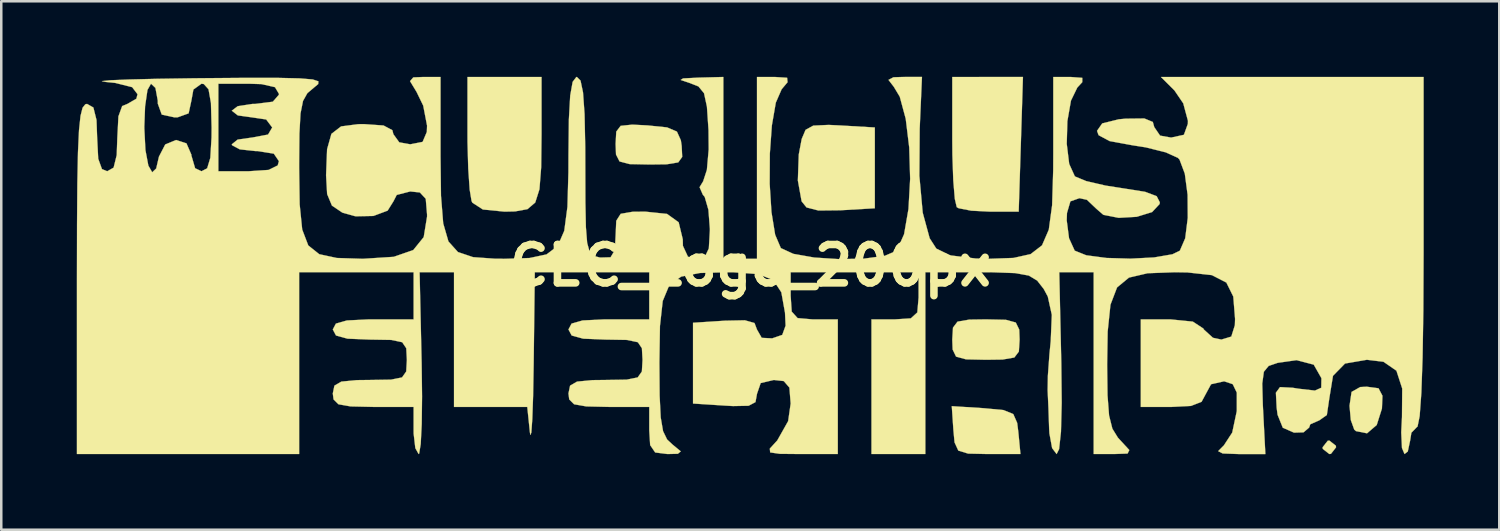
<source format=kicad_pcb>
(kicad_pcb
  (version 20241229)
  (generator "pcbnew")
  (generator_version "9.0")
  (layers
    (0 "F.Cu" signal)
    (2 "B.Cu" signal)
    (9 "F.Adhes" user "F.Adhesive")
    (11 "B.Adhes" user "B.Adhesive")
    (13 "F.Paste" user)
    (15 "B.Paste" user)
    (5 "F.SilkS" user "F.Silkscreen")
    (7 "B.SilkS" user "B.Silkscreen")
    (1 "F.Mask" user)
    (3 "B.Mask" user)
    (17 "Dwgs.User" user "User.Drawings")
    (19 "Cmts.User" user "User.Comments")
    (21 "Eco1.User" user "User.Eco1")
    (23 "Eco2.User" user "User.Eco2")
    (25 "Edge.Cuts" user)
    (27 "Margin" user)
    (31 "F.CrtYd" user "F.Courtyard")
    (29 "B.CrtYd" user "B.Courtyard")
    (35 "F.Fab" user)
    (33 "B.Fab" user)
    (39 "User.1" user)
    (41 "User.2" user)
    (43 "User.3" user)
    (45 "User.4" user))
  (footprint "CEC_Logo_200px"
    (layer "F.Cu")
    (at 26.742 7.493)
    (property "Reference" "CEC_Logo_200px" (at 0 0 0) (layer "F.SilkS") (effects (font (size 1.524 1.524) (thickness 0.3))))
    (attr through_hole)
    (fp_poly (pts (xy 23.253 7.155) (xy 23.261 7.219) (xy 23.058 7.479) (xy 22.994 7.486) (xy 22.734 7.283) (xy 22.726 7.219) (xy 22.93 6.959) (xy 22.994 6.952) (xy 23.253 7.155)) (stroke (width 0.01) (type solid)) (fill yes) (layer "F.SilkS"))
    (fp_poly (pts (xy 9.282 5.667) (xy 10.055 5.74) (xy 10.444 5.899) (xy 10.599 6.251) (xy 10.645 6.617) (xy 10.729 7.486) (xy 9.429 7.486) (xy 8.652 7.469) (xy 8.261 7.349) (xy 8.112 7.024) (xy 8.066 6.535) (xy 8.002 5.585) (xy 9.282 5.667)) (stroke (width 0.01) (type solid)) (fill yes) (layer "F.SilkS"))
    (fp_poly (pts (xy 24.947 4.875) (xy 25.103 5.172) (xy 25.083 5.679) (xy 24.876 6.333) (xy 24.491 6.663) (xy 24.052 6.576) (xy 23.983 6.515) (xy 23.846 6.134) (xy 23.796 5.57) (xy 23.877 5.019) (xy 24.22 4.826) (xy 24.481 4.813) (xy 24.947 4.875)) (stroke (width 0.01) (type solid)) (fill yes) (layer "F.SilkS"))
    (fp_poly (pts (xy 3.577 -5.561) (xy 4.946 -5.481) (xy 4.946 -2.273) (xy 3.576 -2.193) (xy 2.708 -2.184) (xy 2.234 -2.306) (xy 2.039 -2.549) (xy 1.89 -3.377) (xy 1.926 -4.408) (xy 2.043 -5.026) (xy 2.196 -5.387) (xy 2.502 -5.555) (xy 3.112 -5.583) (xy 3.577 -5.561)) (stroke (width 0.01) (type solid)) (fill yes) (layer "F.SilkS"))
    (fp_poly (pts (xy 10.744 -4.813) (xy 10.659 -2.139) (xy 9.518 -2.139) (xy 8.774 -2.177) (xy 8.277 -2.274) (xy 8.199 -2.317) (xy 8.122 -2.647) (xy 8.061 -3.382) (xy 8.026 -4.395) (xy 8.021 -4.991) (xy 8.021 -7.486) (xy 9.425 -7.487) (xy 10.828 -7.487) (xy 10.744 -4.813)) (stroke (width 0.01) (type solid)) (fill yes) (layer "F.SilkS"))
    (fp_poly (pts (xy -8.288 -5.236) (xy -8.302 -3.91) (xy -8.371 -3.029) (xy -8.538 -2.502) (xy -8.847 -2.238) (xy -9.34 -2.148) (xy -9.759 -2.139) (xy -10.617 -2.224) (xy -11.034 -2.494) (xy -11.067 -2.562) (xy -11.142 -3.015) (xy -11.199 -3.846) (xy -11.228 -4.899) (xy -11.229 -5.236) (xy -11.229 -7.486) (xy -8.288 -7.486) (xy -8.288 -5.236)) (stroke (width 0.01) (type solid)) (fill yes) (layer "F.SilkS"))
    (fp_poly (pts (xy -4.077 -5.563) (xy -3.303 -5.484) (xy -2.912 -5.317) (xy -2.756 -4.972) (xy -2.723 -4.746) (xy -2.703 -4.313) (xy -2.859 -4.095) (xy -3.319 -4.019) (xy -3.993 -4.011) (xy -4.791 -4.027) (xy -5.191 -4.132) (xy -5.331 -4.407) (xy -5.347 -4.827) (xy -5.321 -5.317) (xy -5.147 -5.546) (xy -4.685 -5.594) (xy -4.077 -5.563)) (stroke (width 0.01) (type solid)) (fill yes) (layer "F.SilkS"))
    (fp_poly (pts (xy 10.149 2.156) (xy 10.544 2.264) (xy 10.68 2.545) (xy 10.695 2.941) (xy 10.666 3.416) (xy 10.486 3.653) (xy 10.018 3.734) (xy 9.358 3.743) (xy 8.567 3.726) (xy 8.172 3.618) (xy 8.036 3.337) (xy 8.021 2.941) (xy 8.05 2.466) (xy 8.23 2.229) (xy 8.698 2.148) (xy 9.358 2.139) (xy 10.149 2.156)) (stroke (width 0.01) (type solid)) (fill yes) (layer "F.SilkS"))
    (fp_poly (pts (xy 6.728 -5.432) (xy 6.714 -3.561) (xy 6.848 -2.097) (xy 7.124 -1.082) (xy 7.388 -0.672) (xy 7.945 -0.402) (xy 8.957 -0.278) (xy 9.496 -0.267) (xy 10.452 -0.301) (xy 11.133 -0.453) (xy 11.585 -0.801) (xy 11.854 -1.422) (xy 11.986 -2.392) (xy 12.029 -3.789) (xy 12.032 -4.471) (xy 12.032 -7.486) (xy 12.719 -7.486) (xy 13.185 -7.452) (xy 13.183 -7.279) (xy 12.986 -7.066) (xy 12.734 -6.546) (xy 12.592 -5.734) (xy 12.567 -4.83) (xy 12.664 -4.035) (xy 12.886 -3.547) (xy 12.901 -3.534) (xy 13.336 -3.353) (xy 14.111 -3.173) (xy 14.785 -3.068) (xy 15.679 -2.926) (xy 16.138 -2.754) (xy 16.262 -2.509) (xy 16.254 -2.441) (xy 15.956 -2.122) (xy 15.345 -1.934) (xy 14.63 -1.893) (xy 14.02 -2.013) (xy 13.738 -2.257) (xy 13.368 -2.609) (xy 13.072 -2.674) (xy 12.712 -2.548) (xy 12.576 -2.085) (xy 12.566 -1.791) (xy 12.658 -1.083) (xy 12.88 -0.596) (xy 12.887 -0.588) (xy 13.342 -0.406) (xy 14.141 -0.3) (xy 15.101 -0.272) (xy 16.037 -0.321) (xy 16.764 -0.446) (xy 17.058 -0.588) (xy 17.271 -1.081) (xy 17.372 -1.888) (xy 17.366 -2.81) (xy 17.255 -3.648) (xy 17.046 -4.205) (xy 16.983 -4.274) (xy 16.5 -4.493) (xy 15.703 -4.692) (xy 15.178 -4.774) (xy 14.269 -4.941) (xy 13.832 -5.175) (xy 13.769 -5.347) (xy 13.976 -5.643) (xy 14.635 -5.806) (xy 14.906 -5.831) (xy 15.648 -5.839) (xy 15.985 -5.7) (xy 16.042 -5.496) (xy 16.273 -5.158) (xy 16.711 -5.08) (xy 17.219 -5.19) (xy 17.376 -5.625) (xy 17.379 -5.748) (xy 17.193 -6.44) (xy 16.844 -6.952) (xy 16.309 -7.486) (xy 26.737 -7.486) (xy 26.737 -0.535) (xy 26.727 1.777) (xy 26.697 3.648) (xy 26.648 5.056) (xy 26.581 5.978) (xy 26.497 6.394) (xy 26.469 6.417) (xy 26.252 6.641) (xy 26.202 6.952) (xy 26.109 7.386) (xy 25.98 7.486) (xy 25.878 7.246) (xy 25.849 6.626) (xy 25.879 6.016) (xy 25.888 4.884) (xy 25.658 4.177) (xy 25.144 3.822) (xy 24.485 3.743) (xy 23.617 3.892) (xy 23.139 4.38) (xy 22.994 5.267) (xy 22.895 5.938) (xy 22.593 6.149) (xy 22.237 6.304) (xy 22.192 6.435) (xy 21.97 6.625) (xy 21.59 6.636) (xy 21.146 6.441) (xy 20.938 5.925) (xy 20.902 5.643) (xy 20.872 5.051) (xy 21.035 4.828) (xy 21.535 4.854) (xy 21.787 4.894) (xy 22.422 4.966) (xy 22.673 4.854) (xy 22.68 4.491) (xy 22.676 4.467) (xy 22.375 3.937) (xy 21.694 3.758) (xy 20.945 3.864) (xy 20.585 3.987) (xy 20.394 4.218) (xy 20.33 4.688) (xy 20.353 5.53) (xy 20.365 5.76) (xy 20.454 7.487) (xy 19.4 7.487) (xy 18.76 7.464) (xy 18.58 7.371) (xy 18.784 7.164) (xy 18.8 7.152) (xy 19.138 6.634) (xy 19.315 5.8) (xy 19.319 5.748) (xy 19.319 5.045) (xy 19.158 4.711) (xy 18.817 4.598) (xy 18.297 4.715) (xy 18.107 5.066) (xy 17.92 5.413) (xy 17.499 5.576) (xy 16.736 5.615) (xy 15.507 5.615) (xy 15.507 2.139) (xy 16.682 2.139) (xy 17.574 2.228) (xy 17.993 2.503) (xy 18.01 2.54) (xy 18.373 2.87) (xy 18.707 2.941) (xy 19.101 2.822) (xy 19.243 2.37) (xy 19.251 2.121) (xy 19.18 1.232) (xy 18.905 0.677) (xy 18.33 0.382) (xy 17.359 0.275) (xy 16.85 0.267) (xy 15.779 0.307) (xy 15.037 0.48) (xy 14.565 0.87) (xy 14.303 1.557) (xy 14.192 2.623) (xy 14.171 3.936) (xy 14.186 5.152) (xy 14.248 5.958) (xy 14.379 6.479) (xy 14.6 6.838) (xy 14.705 6.952) (xy 15.052 7.328) (xy 14.983 7.467) (xy 14.438 7.486) (xy 13.636 7.486) (xy 13.636 0.267) (xy 12.27 0.267) (xy 12.351 3.877) (xy 12.367 5.451) (xy 12.338 6.602) (xy 12.263 7.292) (xy 12.165 7.487) (xy 11.986 7.25) (xy 11.878 6.664) (xy 11.868 6.484) (xy 11.84 5.663) (xy 11.81 4.997) (xy 11.808 4.946) (xy 11.818 4.377) (xy 11.88 3.52) (xy 11.931 3.001) (xy 11.974 1.958) (xy 11.814 1.231) (xy 11.651 0.929) (xy 11.391 0.597) (xy 11.06 0.399) (xy 10.526 0.302) (xy 9.654 0.27) (xy 9.084 0.267) (xy 6.952 0.267) (xy 6.952 7.486) (xy 4.813 7.486) (xy 4.813 2.139) (xy 5.748 2.139) (xy 6.376 2.098) (xy 6.633 1.864) (xy 6.684 1.274) (xy 6.684 1.203) (xy 6.684 0.267) (xy 1.604 0.267) (xy 1.604 1.203) (xy 1.646 1.83) (xy 1.879 2.088) (xy 2.469 2.139) (xy 2.54 2.139) (xy 3.476 2.139) (xy 3.476 7.486) (xy 2.005 7.486) (xy 1.173 7.478) (xy 0.791 7.422) (xy 0.776 7.271) (xy 1.045 6.976) (xy 1.069 6.952) (xy 1.504 6.18) (xy 1.604 5.481) (xy 1.554 4.848) (xy 1.33 4.589) (xy 0.936 4.545) (xy 0.414 4.668) (xy 0.267 5.095) (xy 0.207 5.424) (xy -0.065 5.569) (xy -0.684 5.581) (xy -1.003 5.563) (xy -2.273 5.481) (xy -2.273 2.273) (xy -1.003 2.191) (xy -0.215 2.175) (xy 0.168 2.283) (xy 0.267 2.544) (xy 0.455 2.872) (xy 0.869 2.893) (xy 1.27 2.755) (xy 1.403 2.389) (xy 1.379 1.872) (xy 1.234 1.064) (xy 0.918 0.58) (xy 0.319 0.341) (xy -0.675 0.269) (xy -0.917 0.267) (xy -1.999 0.297) (xy -2.744 0.441) (xy -3.216 0.784) (xy -3.476 1.409) (xy -3.586 2.399) (xy -3.609 3.838) (xy -3.609 3.877) (xy -3.599 5.169) (xy -3.556 6.033) (xy -3.463 6.577) (xy -3.303 6.907) (xy -3.09 7.107) (xy -2.759 7.38) (xy -2.875 7.476) (xy -3.291 7.486) (xy -3.776 7.424) (xy -3.975 7.132) (xy -4.011 6.551) (xy -4.011 5.615) (xy -5.615 5.615) (xy -6.511 5.595) (xy -6.995 5.51) (xy -7.189 5.317) (xy -7.219 5.08) (xy -7.155 4.771) (xy -6.879 4.61) (xy -6.264 4.551) (xy -5.748 4.545) (xy -4.908 4.532) (xy -4.47 4.444) (xy -4.304 4.209) (xy -4.278 3.755) (xy -4.278 3.743) (xy -4.303 3.285) (xy -4.464 3.046) (xy -4.895 2.955) (xy -5.726 2.941) (xy -5.748 2.941) (xy -6.635 2.905) (xy -7.092 2.779) (xy -7.219 2.54) (xy -7.096 2.307) (xy -6.659 2.182) (xy -5.808 2.14) (xy -5.615 2.139) (xy -4.011 2.139) (xy -4.011 0.267) (xy -8.556 0.267) (xy -8.601 3.944) (xy -8.623 5.175) (xy -8.655 6.093) (xy -8.693 6.633) (xy -8.733 6.73) (xy -8.751 6.617) (xy -8.855 5.615) (xy -11.764 5.615) (xy -11.764 0.267) (xy -13.13 0.267) (xy -13.049 3.877) (xy -13.033 5.196) (xy -13.046 6.299) (xy -13.086 7.089) (xy -13.148 7.468) (xy -13.168 7.487) (xy -13.3 7.251) (xy -13.367 6.673) (xy -13.368 6.551) (xy -13.368 5.615) (xy -14.973 5.615) (xy -15.869 5.595) (xy -16.353 5.51) (xy -16.547 5.317) (xy -16.577 5.08) (xy -16.513 4.771) (xy -16.237 4.61) (xy -15.622 4.551) (xy -15.106 4.545) (xy -14.266 4.532) (xy -13.828 4.444) (xy -13.662 4.209) (xy -13.636 3.755) (xy -13.636 3.743) (xy -13.66 3.285) (xy -13.822 3.046) (xy -14.253 2.955) (xy -15.084 2.941) (xy -15.106 2.941) (xy -15.993 2.905) (xy -16.45 2.779) (xy -16.577 2.54) (xy -16.454 2.307) (xy -16.017 2.182) (xy -15.166 2.14) (xy -14.973 2.139) (xy -13.368 2.139) (xy -13.368 0.267) (xy -17.914 0.267) (xy -17.914 7.486) (xy -26.737 7.486) (xy -26.737 0.535) (xy -26.733 -1.599) (xy -26.721 -3.256) (xy -26.696 -4.493) (xy -26.655 -5.369) (xy -26.595 -5.94) (xy -26.513 -6.265) (xy -26.404 -6.401) (xy -26.336 -6.417) (xy -26.084 -6.274) (xy -25.96 -5.778) (xy -25.935 -5.08) (xy -25.892 -4.239) (xy -25.743 -3.829) (xy -25.534 -3.743) (xy -25.281 -3.886) (xy -25.158 -4.382) (xy -25.133 -5.08) (xy -25.112 -5.481) (xy -24.063 -5.481) (xy -24.017 -4.582) (xy -23.901 -3.967) (xy -23.748 -3.702) (xy -23.59 -3.852) (xy -23.48 -4.324) (xy -23.231 -4.806) (xy -22.801 -4.984) (xy -22.388 -4.851) (xy -22.192 -4.4) (xy -22.192 -4.367) (xy -22.044 -3.863) (xy -21.791 -3.743) (xy -21.566 -3.859) (xy -21.441 -4.274) (xy -21.392 -5.087) (xy -21.389 -5.481) (xy -21.416 -6.456) (xy -21.512 -6.998) (xy -21.7 -7.206) (xy -21.791 -7.219) (xy -21.122 -7.219) (xy -21.122 -3.743) (xy -19.919 -3.743) (xy -19.126 -3.796) (xy -18.765 -3.974) (xy -18.716 -4.144) (xy -18.919 -4.441) (xy -19.566 -4.545) (xy -19.652 -4.545) (xy -20.27 -4.612) (xy -20.579 -4.778) (xy -20.587 -4.813) (xy -20.355 -5) (xy -19.795 -5.08) (xy -19.785 -5.08) (xy -19.148 -5.2) (xy -18.983 -5.481) (xy -19.222 -5.799) (xy -19.785 -5.882) (xy -20.348 -5.96) (xy -20.587 -6.146) (xy -20.587 -6.149) (xy -20.352 -6.326) (xy -19.774 -6.415) (xy -19.652 -6.417) (xy -18.959 -6.504) (xy -18.717 -6.781) (xy -18.716 -6.818) (xy -18.873 -7.082) (xy -19.409 -7.203) (xy -19.919 -7.219) (xy -21.122 -7.219) (xy -21.791 -7.219) (xy -22.113 -6.987) (xy -22.192 -6.551) (xy -22.302 -6.042) (xy -22.737 -5.885) (xy -22.86 -5.882) (xy -23.369 -5.993) (xy -23.526 -6.427) (xy -23.528 -6.551) (xy -23.62 -7.053) (xy -23.796 -7.219) (xy -23.936 -6.973) (xy -24.031 -6.323) (xy -24.063 -5.481) (xy -25.112 -5.481) (xy -25.09 -5.921) (xy -24.941 -6.331) (xy -24.732 -6.417) (xy -24.377 -6.623) (xy -24.331 -6.803) (xy -24.545 -7.082) (xy -25.22 -7.251) (xy -25.601 -7.29) (xy -25.746 -7.322) (xy -25.413 -7.356) (xy -24.659 -7.387) (xy -23.541 -7.414) (xy -22.115 -7.435) (xy -21.798 -7.438) (xy -20.042 -7.452) (xy -18.759 -7.451) (xy -17.89 -7.431) (xy -17.374 -7.388) (xy -17.149 -7.314) (xy -17.156 -7.207) (xy -17.319 -7.07) (xy -17.588 -6.842) (xy -17.76 -6.535) (xy -17.859 -6.039) (xy -17.903 -5.242) (xy -17.914 -4.033) (xy -17.914 -3.881) (xy -17.893 -2.43) (xy -17.792 -1.429) (xy -17.551 -0.797) (xy -17.113 -0.448) (xy -16.418 -0.299) (xy -15.408 -0.267) (xy -15.374 -0.267) (xy -14.158 -0.345) (xy -13.382 -0.614) (xy -12.967 -1.128) (xy -12.834 -1.942) (xy -12.834 -2.024) (xy -12.886 -2.649) (xy -13.12 -2.901) (xy -13.502 -2.941) (xy -14.038 -2.803) (xy -14.171 -2.545) (xy -14.4 -2.179) (xy -14.965 -1.968) (xy -15.676 -1.954) (xy -16.196 -2.099) (xy -16.612 -2.38) (xy -16.802 -2.836) (xy -16.844 -3.582) (xy -16.804 -4.617) (xy -16.632 -5.228) (xy -16.247 -5.524) (xy -15.569 -5.612) (xy -15.345 -5.615) (xy -14.562 -5.56) (xy -14.212 -5.374) (xy -14.171 -5.214) (xy -13.938 -4.891) (xy -13.502 -4.813) (xy -13.011 -4.909) (xy -12.843 -5.304) (xy -12.834 -5.555) (xy -12.987 -6.35) (xy -13.25 -6.892) (xy -13.51 -7.321) (xy -13.381 -7.47) (xy -12.983 -7.486) (xy -12.299 -7.486) (xy -12.299 -4.319) (xy -12.281 -2.769) (xy -12.193 -1.673) (xy -11.985 -0.955) (xy -11.607 -0.534) (xy -11.007 -0.332) (xy -10.137 -0.27) (xy -9.712 -0.267) (xy -8.762 -0.298) (xy -8.09 -0.441) (xy -7.647 -0.775) (xy -7.386 -1.378) (xy -7.26 -2.329) (xy -7.221 -3.707) (xy -7.219 -4.366) (xy -7.203 -5.794) (xy -7.15 -6.749) (xy -7.053 -7.292) (xy -6.907 -7.484) (xy -6.885 -7.487) (xy -6.74 -7.343) (xy -6.641 -6.872) (xy -6.58 -6.013) (xy -6.553 -4.708) (xy -6.551 -3.944) (xy -6.547 -2.51) (xy -6.527 -1.524) (xy -6.477 -0.9) (xy -6.381 -0.549) (xy -6.226 -0.386) (xy -5.997 -0.323) (xy -5.949 -0.316) (xy -5.547 -0.327) (xy -5.378 -0.61) (xy -5.347 -1.185) (xy -5.321 -1.776) (xy -5.145 -2.053) (xy -4.672 -2.134) (xy -4.173 -2.139) (xy -3.305 -2.049) (xy -2.843 -1.716) (xy -2.68 -1.041) (xy -2.674 -0.78) (xy -2.474 -0.349) (xy -2.139 -0.267) (xy -1.803 -0.347) (xy -1.645 -0.678) (xy -1.604 -1.396) (xy -1.604 -1.455) (xy -1.662 -2.213) (xy -1.809 -2.724) (xy -1.885 -2.815) (xy -2.013 -3.11) (xy -1.871 -3.343) (xy -1.723 -3.796) (xy -1.651 -4.609) (xy -1.658 -5.38) (xy -1.721 -6.309) (xy -1.836 -6.841) (xy -2.058 -7.111) (xy -2.406 -7.248) (xy -2.763 -7.368) (xy -2.669 -7.429) (xy -2.082 -7.459) (xy -2.072 -7.46) (xy -1.069 -7.486) (xy -1.069 -0.267) (xy 0.267 -0.267) (xy 0.267 -7.486) (xy 0.977 -7.486) (xy 1.463 -7.455) (xy 1.481 -7.279) (xy 1.245 -6.997) (xy 1.014 -6.467) (xy 0.858 -5.564) (xy 0.777 -4.44) (xy 0.771 -3.242) (xy 0.842 -2.12) (xy 0.988 -1.222) (xy 1.211 -0.699) (xy 1.222 -0.688) (xy 1.711 -0.463) (xy 2.538 -0.317) (xy 3.531 -0.253) (xy 4.522 -0.274) (xy 5.338 -0.384) (xy 5.809 -0.585) (xy 5.824 -0.602) (xy 6.108 -1.244) (xy 6.282 -2.242) (xy 6.349 -3.441) (xy 6.312 -4.686) (xy 6.173 -5.826) (xy 5.936 -6.704) (xy 5.703 -7.092) (xy 5.489 -7.371) (xy 5.685 -7.475) (xy 6.064 -7.487) (xy 6.818 -7.488) (xy 6.728 -5.432)) (stroke (width 0.01) (type solid)) (fill yes) (layer "F.SilkS")))
  (gr_rect
    (start -3 -3)
    (end 56.484 17.985)
    (stroke (width 0.1) (type default))
    (fill no)
    (layer "Edge.Cuts")))
</source>
